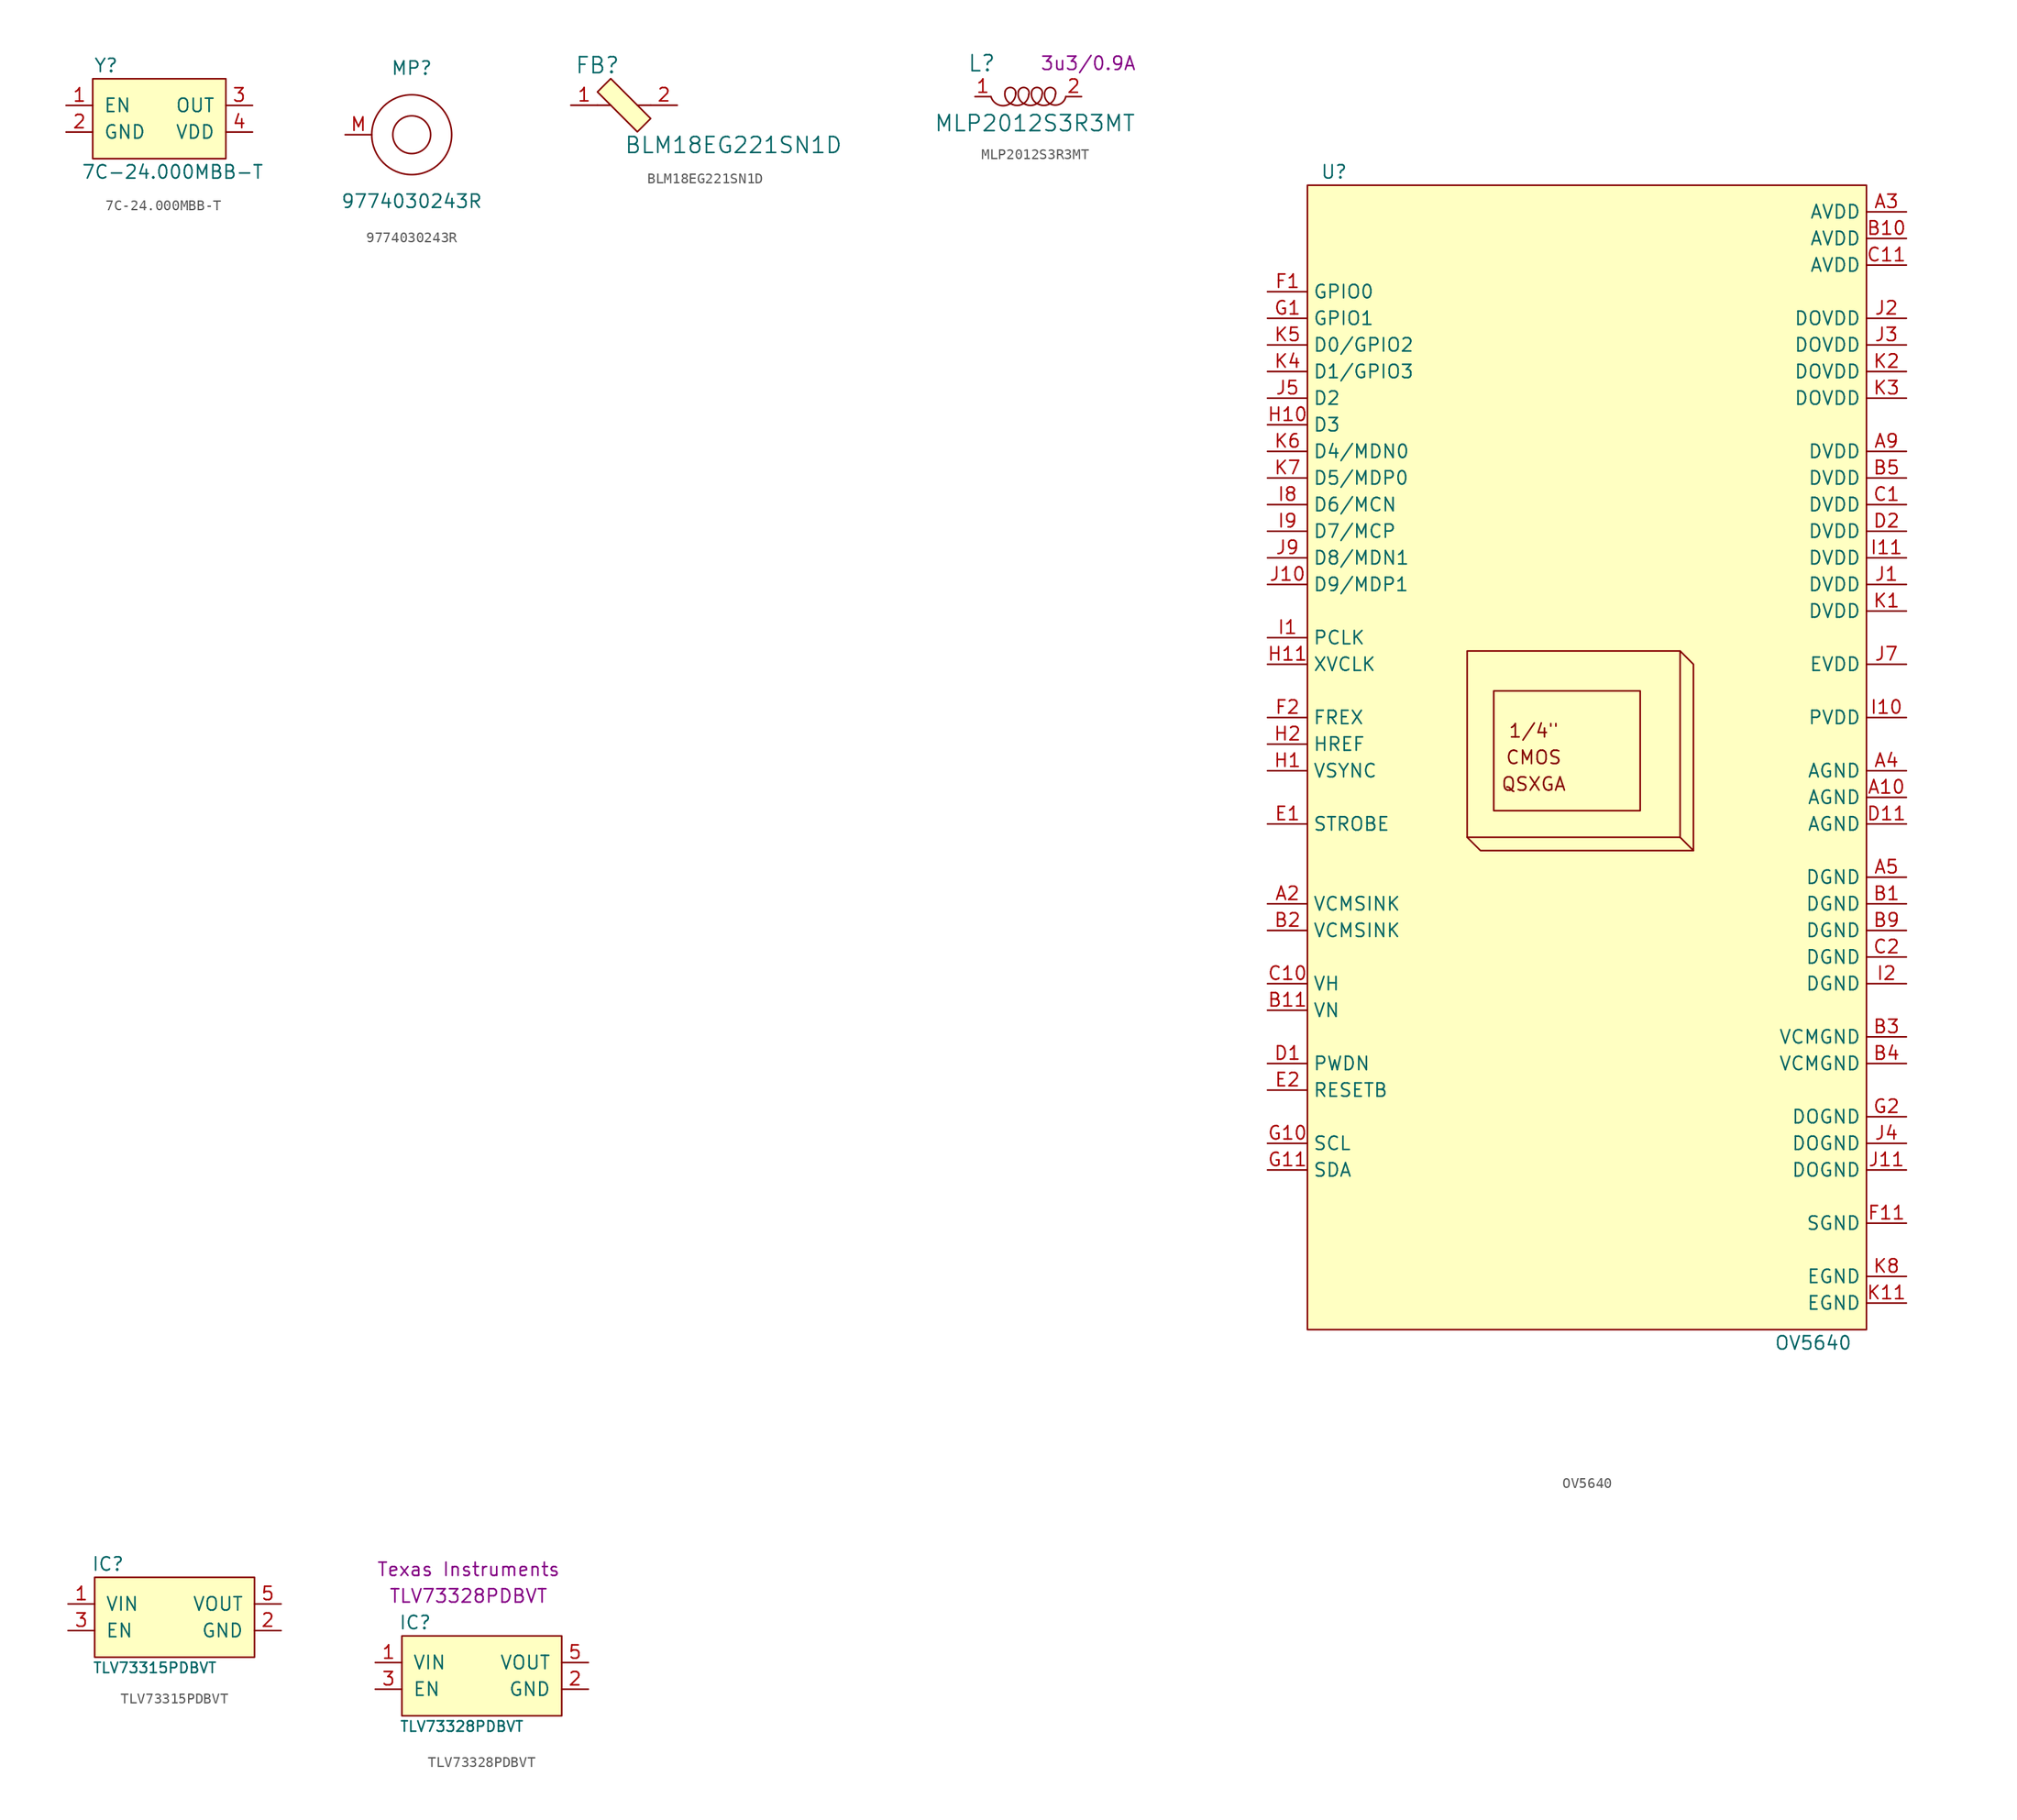
<source format=kicad_sym>
(kicad_symbol_lib
  (version 20211014)
  (generator kicad_symbol_editor)
  (symbol "7C-24.000MBB-T"
    (pin_names
      (offset 1.016))
    (property "Reference" "Y"
      (at -5.08 5.08 0)
      (effects (font (size 1.27 1.27))))
    (property "Value" "7C-24.000MBB-T"
      (at 1.27 -5.08 0)
      (effects (font (size 1.27 1.27))))
    (symbol "7C-24.000MBB-T_0_1"
      (rectangle (start -6.35 3.81) (end 6.35 -3.81) (stroke (width 0) (type default) (color 0 0 0 0)) (fill (type background))))
    (symbol "7C-24.000MBB-T_1_1"
      (pin input line (at -8.89 1.27 0) (length 2.54) (name "EN" (effects (font (size 1.27 1.27)))) (number "1" (effects (font (size 1.27 1.27)))))
      (pin power_in line (at -8.89 -1.27 0) (length 2.54) (name "GND" (effects (font (size 1.27 1.27)))) (number "2" (effects (font (size 1.27 1.27)))))
      (pin output line (at 8.89 1.27 180) (length 2.54) (name "OUT" (effects (font (size 1.27 1.27)))) (number "3" (effects (font (size 1.27 1.27)))))
      (pin power_in line (at 8.89 -1.27 180) (length 2.54) (name "VDD" (effects (font (size 1.27 1.27)))) (number "4" (effects (font (size 1.27 1.27)))))))
  (symbol "9774030243R"
    (pin_names
      (offset 1.016))
    (property "Reference" "MP"
      (at 0 6.35 0)
      (effects (font (size 1.27 1.27))))
    (property "Value" "9774030243R"
      (at 0 -6.35 0)
      (effects (font (size 1.27 1.27))))
    (symbol "9774030243R_0_1"
      (circle (center 0 0) (radius 3.81) (stroke (width 0) (type default) (color 0 0 0 0)) (fill (type none)))
      (circle (center 0 0) (radius 1.803) (stroke (width 0) (type default) (color 0 0 0 0)) (fill (type none))))
    (symbol "9774030243R_1_1"
      (pin passive line (at -6.35 0 0) (length 2.54) (name "" (effects (font (size 1.27 1.27)))) (number "M" (effects (font (size 1.27 1.27)))))))
  (symbol "BLM18EG221SN1D"
    (pin_names
      (offset 1.016))
    (property "Reference" "FB"
      (at -2.54 3.81 0)
      (effects (font (size 1.524 1.524))))
    (property "Value" "BLM18EG221SN1D"
      (at 0 -3.81 0)
      (effects (font (size 1.524 1.524)) (justify left)))
    (symbol "BLM18EG221SN1D_0_1"
      (polyline (pts (xy -1.27 0) (xy -2.54 0)) (stroke (width 0) (type default) (color 0 0 0 0)) (fill (type none)))
      (polyline (pts (xy 1.27 0) (xy 2.54 0)) (stroke (width 0) (type default) (color 0 0 0 0)) (fill (type none)))
      (polyline (pts (xy -1.27 2.54) (xy -2.54 1.27) (xy 1.27 -2.54) (xy 2.54 -1.27) (xy -1.27 2.54)) (stroke (width 0) (type default) (color 0 0 0 0)) (fill (type background))))
    (symbol "BLM18EG221SN1D_1_1"
      (pin passive line (at -5.08 0 0) (length 2.54) (name "~" (effects (font (size 1.27 1.27)))) (number "1" (effects (font (size 1.27 1.27)))))
      (pin passive line (at 5.08 0 180) (length 2.54) (name "~" (effects (font (size 1.27 1.27)))) (number "2" (effects (font (size 1.27 1.27)))))))
  (symbol "MLP2012S3R3MT"
    (pin_names
      (offset 1.016))
    (property "Reference" "L"
      (at -4.445 3.175 0)
      (effects (font (size 1.524 1.524))))
    (property "Value" "MLP2012S3R3MT"
      (at 0.635 -2.54 0)
      (effects (font (size 1.524 1.524))))
    (property "Val" "3u3/0.9A"
      (at 5.715 3.175 0)
      (effects (font (size 1.27 1.27))))
    (symbol "MLP2012S3R3MT_0_1"
      (arc (start -3.556 0) (mid -2.1694 -0.8461) (end -1.1938 0.4318) (stroke (width 0) (type default) (color 0 0 0 0)) (fill (type none)))
      (arc (start -2.2098 0.508) (mid -2.0918 -0.2848) (end -1.4478 -0.762) (stroke (width 0) (type default) (color 0 0 0 0)) (fill (type none)))
      (arc (start -1.4732 -0.762) (mid -0.4347 -0.6489) (end 0.0508 0.254) (stroke (width 0) (type default) (color 0 0 0 0)) (fill (type none)))
      (arc (start -1.1938 0.254) (mid -1.5764 0.8583) (end -2.2098 0.508) (stroke (width 0) (type default) (color 0 0 0 0)) (fill (type none)))
      (arc (start -0.9398 0.508) (mid -0.8218 -0.2848) (end -0.1778 -0.762) (stroke (width 0) (type default) (color 0 0 0 0)) (fill (type none)))
      (arc (start -0.2032 -0.762) (mid 0.8353 -0.6489) (end 1.3208 0.254) (stroke (width 0) (type default) (color 0 0 0 0)) (fill (type none)))
      (arc (start 0.0762 0.254) (mid -0.3064 0.8583) (end -0.9398 0.508) (stroke (width 0) (type default) (color 0 0 0 0)) (fill (type none)))
      (arc (start 0.3302 0.508) (mid 0.4482 -0.2848) (end 1.0922 -0.762) (stroke (width 0) (type default) (color 0 0 0 0)) (fill (type none)))
      (arc (start 1.0668 -0.762) (mid 2.1053 -0.6489) (end 2.5908 0.254) (stroke (width 0) (type default) (color 0 0 0 0)) (fill (type none)))
      (arc (start 1.3462 0.254) (mid 0.9636 0.8583) (end 0.3302 0.508) (stroke (width 0) (type default) (color 0 0 0 0)) (fill (type none)))
      (arc (start 1.5748 0.4318) (mid 2.3727 -0.7843) (end 3.5814 0) (stroke (width 0) (type default) (color 0 0 0 0)) (fill (type none)))
      (arc (start 2.6162 0.254) (mid 2.2336 0.8583) (end 1.6002 0.508) (stroke (width 0) (type default) (color 0 0 0 0)) (fill (type none))))
    (symbol "MLP2012S3R3MT_1_1"
      (pin passive line (at -5.08 0 0) (length 1.499) (name "~" (effects (font (size 1.27 1.27)))) (number "1" (effects (font (size 1.27 1.27)))))
      (pin passive line (at 5.08 0 180) (length 1.499) (name "~" (effects (font (size 1.27 1.27)))) (number "2" (effects (font (size 1.27 1.27)))))))
  (symbol "OV5640"
    (property "Reference" "U"
      (at -24.13 52.07 0)
      (effects (font (size 1.27 1.27))))
    (property "Value" "OV5640"
      (at 21.59 -59.69 0)
      (effects (font (size 1.27 1.27))))
    (symbol "OV5640_0_0"
      (text "1/4\"" (at -5.08 -1.27 0) (effects (font (size 1.27 1.27))))
      (text "CMOS" (at -5.08 -3.81 0) (effects (font (size 1.27 1.27))))
      (text "QSXGA" (at -5.08 -6.35 0) (effects (font (size 1.27 1.27)))))
    (symbol "OV5640_0_1"
      (rectangle (start -26.67 50.8) (end 26.67 -58.42) (stroke (width 0) (type default) (color 0 0 0 0)) (fill (type background)))
      (rectangle (start -11.43 6.35) (end 8.89 -11.43) (stroke (width 0) (type default) (color 0 0 0 0)) (fill (type none)))
      (polyline (pts (xy 10.16 -12.7) (xy -10.16 -12.7) (xy -11.43 -11.43)) (stroke (width 0) (type default) (color 0 0 0 0)) (fill (type none)))
      (polyline (pts (xy 8.89 6.35) (xy 10.16 5.08) (xy 10.16 -12.7) (xy 8.89 -11.43)) (stroke (width 0) (type default) (color 0 0 0 0)) (fill (type none)))
      (polyline (pts (xy -8.89 2.54) (xy -8.89 -8.89) (xy 5.08 -8.89) (xy 5.08 2.54) (xy -8.89 2.54)) (stroke (width 0) (type default) (color 0 0 0 0)) (fill (type none))))
    (symbol "OV5640_1_1"
      (pin power_in line (at 30.48 -7.62 180) (length 3.81) (name "AGND" (effects (font (size 1.27 1.27)))) (number "A10" (effects (font (size 1.27 1.27)))))
      (pin no_connect line (at 26.67 -58.42 180) (length 3.81) hide (name "" (effects (font (size 1.27 1.27)))) (number "A11" (effects (font (size 1.27 1.27)))))
      (pin input line (at -30.48 -17.78 0) (length 3.81) (name "VCMSINK" (effects (font (size 1.27 1.27)))) (number "A2" (effects (font (size 1.27 1.27)))))
      (pin power_in line (at 30.48 48.26 180) (length 3.81) (name "AVDD" (effects (font (size 1.27 1.27)))) (number "A3" (effects (font (size 1.27 1.27)))))
      (pin power_in line (at 30.48 -5.08 180) (length 3.81) (name "AGND" (effects (font (size 1.27 1.27)))) (number "A4" (effects (font (size 1.27 1.27)))))
      (pin power_in line (at 30.48 -15.24 180) (length 3.81) (name "DGND" (effects (font (size 1.27 1.27)))) (number "A5" (effects (font (size 1.27 1.27)))))
      (pin no_connect line (at 26.67 -58.42 180) (length 3.81) hide (name "" (effects (font (size 1.27 1.27)))) (number "A6" (effects (font (size 1.27 1.27)))))
      (pin no_connect line (at 26.67 -58.42 180) (length 3.81) hide (name "" (effects (font (size 1.27 1.27)))) (number "A7" (effects (font (size 1.27 1.27)))))
      (pin no_connect line (at 26.67 -58.42 180) (length 3.81) hide (name "" (effects (font (size 1.27 1.27)))) (number "A8" (effects (font (size 1.27 1.27)))))
      (pin power_in line (at 30.48 25.4 180) (length 3.81) (name "DVDD" (effects (font (size 1.27 1.27)))) (number "A9" (effects (font (size 1.27 1.27)))))
      (pin power_in line (at 30.48 -17.78 180) (length 3.81) (name "DGND" (effects (font (size 1.27 1.27)))) (number "B1" (effects (font (size 1.27 1.27)))))
      (pin power_in line (at 30.48 45.72 180) (length 3.81) (name "AVDD" (effects (font (size 1.27 1.27)))) (number "B10" (effects (font (size 1.27 1.27)))))
      (pin passive line (at -30.48 -27.94 0) (length 3.81) (name "VN" (effects (font (size 1.27 1.27)))) (number "B11" (effects (font (size 1.27 1.27)))))
      (pin input line (at -30.48 -20.32 0) (length 3.81) (name "VCMSINK" (effects (font (size 1.27 1.27)))) (number "B2" (effects (font (size 1.27 1.27)))))
      (pin power_in line (at 30.48 -30.48 180) (length 3.81) (name "VCMGND" (effects (font (size 1.27 1.27)))) (number "B3" (effects (font (size 1.27 1.27)))))
      (pin power_in line (at 30.48 -33.02 180) (length 3.81) (name "VCMGND" (effects (font (size 1.27 1.27)))) (number "B4" (effects (font (size 1.27 1.27)))))
      (pin power_in line (at 30.48 22.86 180) (length 3.81) (name "DVDD" (effects (font (size 1.27 1.27)))) (number "B5" (effects (font (size 1.27 1.27)))))
      (pin no_connect line (at 26.67 -58.42 180) (length 3.81) hide (name "" (effects (font (size 1.27 1.27)))) (number "B6" (effects (font (size 1.27 1.27)))))
      (pin no_connect line (at 26.67 -58.42 180) (length 3.81) hide (name "" (effects (font (size 1.27 1.27)))) (number "B7" (effects (font (size 1.27 1.27)))))
      (pin no_connect line (at 26.67 -58.42 180) (length 3.81) hide (name "" (effects (font (size 1.27 1.27)))) (number "B8" (effects (font (size 1.27 1.27)))))
      (pin power_in line (at 30.48 -20.32 180) (length 3.81) (name "DGND" (effects (font (size 1.27 1.27)))) (number "B9" (effects (font (size 1.27 1.27)))))
      (pin power_in line (at 30.48 20.32 180) (length 3.81) (name "DVDD" (effects (font (size 1.27 1.27)))) (number "C1" (effects (font (size 1.27 1.27)))))
      (pin passive line (at -30.48 -25.4 0) (length 3.81) (name "VH" (effects (font (size 1.27 1.27)))) (number "C10" (effects (font (size 1.27 1.27)))))
      (pin power_in line (at 30.48 43.18 180) (length 3.81) (name "AVDD" (effects (font (size 1.27 1.27)))) (number "C11" (effects (font (size 1.27 1.27)))))
      (pin power_in line (at 30.48 -22.86 180) (length 3.81) (name "DGND" (effects (font (size 1.27 1.27)))) (number "C2" (effects (font (size 1.27 1.27)))))
      (pin no_connect line (at 26.67 -58.42 180) (length 3.81) hide (name "" (effects (font (size 1.27 1.27)))) (number "C3" (effects (font (size 1.27 1.27)))))
      (pin input line (at -30.48 -33.02 0) (length 3.81) (name "PWDN" (effects (font (size 1.27 1.27)))) (number "D1" (effects (font (size 1.27 1.27)))))
      (pin no_connect line (at 26.67 -58.42 180) (length 3.81) hide (name "" (effects (font (size 1.27 1.27)))) (number "D10" (effects (font (size 1.27 1.27)))))
      (pin power_in line (at 30.48 -10.16 180) (length 3.81) (name "AGND" (effects (font (size 1.27 1.27)))) (number "D11" (effects (font (size 1.27 1.27)))))
      (pin power_in line (at 30.48 17.78 180) (length 3.81) (name "DVDD" (effects (font (size 1.27 1.27)))) (number "D2" (effects (font (size 1.27 1.27)))))
      (pin output line (at -30.48 -10.16 0) (length 3.81) (name "STROBE" (effects (font (size 1.27 1.27)))) (number "E1" (effects (font (size 1.27 1.27)))))
      (pin no_connect line (at 26.67 -58.42 180) (length 3.81) hide (name "" (effects (font (size 1.27 1.27)))) (number "E10" (effects (font (size 1.27 1.27)))))
      (pin no_connect line (at 26.67 -58.42 180) (length 3.81) hide (name "" (effects (font (size 1.27 1.27)))) (number "E11" (effects (font (size 1.27 1.27)))))
      (pin input line (at -30.48 -35.56 0) (length 3.81) (name "RESETB" (effects (font (size 1.27 1.27)))) (number "E2" (effects (font (size 1.27 1.27)))))
      (pin bidirectional line (at -30.48 40.64 0) (length 3.81) (name "GPIO0" (effects (font (size 1.27 1.27)))) (number "F1" (effects (font (size 1.27 1.27)))))
      (pin no_connect line (at 26.67 -58.42 180) (length 3.81) hide (name "" (effects (font (size 1.27 1.27)))) (number "F10" (effects (font (size 1.27 1.27)))))
      (pin power_in line (at 30.48 -48.26 180) (length 3.81) (name "SGND" (effects (font (size 1.27 1.27)))) (number "F11" (effects (font (size 1.27 1.27)))))
      (pin output line (at -30.48 0 0) (length 3.81) (name "FREX" (effects (font (size 1.27 1.27)))) (number "F2" (effects (font (size 1.27 1.27)))))
      (pin bidirectional line (at -30.48 38.1 0) (length 3.81) (name "GPIO1" (effects (font (size 1.27 1.27)))) (number "G1" (effects (font (size 1.27 1.27)))))
      (pin input line (at -30.48 -40.64 0) (length 3.81) (name "SCL" (effects (font (size 1.27 1.27)))) (number "G10" (effects (font (size 1.27 1.27)))))
      (pin bidirectional line (at -30.48 -43.18 0) (length 3.81) (name "SDA" (effects (font (size 1.27 1.27)))) (number "G11" (effects (font (size 1.27 1.27)))))
      (pin power_in line (at 30.48 -38.1 180) (length 3.81) (name "DOGND" (effects (font (size 1.27 1.27)))) (number "G2" (effects (font (size 1.27 1.27)))))
      (pin output line (at -30.48 -5.08 0) (length 3.81) (name "VSYNC" (effects (font (size 1.27 1.27)))) (number "H1" (effects (font (size 1.27 1.27)))))
      (pin output line (at -30.48 27.94 0) (length 3.81) (name "D3" (effects (font (size 1.27 1.27)))) (number "H10" (effects (font (size 1.27 1.27)))))
      (pin input line (at -30.48 5.08 0) (length 3.81) (name "XVCLK" (effects (font (size 1.27 1.27)))) (number "H11" (effects (font (size 1.27 1.27)))))
      (pin output line (at -30.48 -2.54 0) (length 3.81) (name "HREF" (effects (font (size 1.27 1.27)))) (number "H2" (effects (font (size 1.27 1.27)))))
      (pin output line (at -30.48 7.62 0) (length 3.81) (name "PCLK" (effects (font (size 1.27 1.27)))) (number "I1" (effects (font (size 1.27 1.27)))))
      (pin input line (at 30.48 0 180) (length 3.81) (name "PVDD" (effects (font (size 1.27 1.27)))) (number "I10" (effects (font (size 1.27 1.27)))))
      (pin power_in line (at 30.48 15.24 180) (length 3.81) (name "DVDD" (effects (font (size 1.27 1.27)))) (number "I11" (effects (font (size 1.27 1.27)))))
      (pin power_in line (at 30.48 -25.4 180) (length 3.81) (name "DGND" (effects (font (size 1.27 1.27)))) (number "I2" (effects (font (size 1.27 1.27)))))
      (pin bidirectional line (at -30.48 20.32 0) (length 3.81) (name "D6/MCN" (effects (font (size 1.27 1.27)))) (number "I8" (effects (font (size 1.27 1.27)))))
      (pin bidirectional line (at -30.48 17.78 0) (length 3.81) (name "D7/MCP" (effects (font (size 1.27 1.27)))) (number "I9" (effects (font (size 1.27 1.27)))))
      (pin power_in line (at 30.48 12.7 180) (length 3.81) (name "DVDD" (effects (font (size 1.27 1.27)))) (number "J1" (effects (font (size 1.27 1.27)))))
      (pin output line (at -30.48 12.7 0) (length 3.81) (name "D9/MDP1" (effects (font (size 1.27 1.27)))) (number "J10" (effects (font (size 1.27 1.27)))))
      (pin power_in line (at 30.48 -43.18 180) (length 3.81) (name "DOGND" (effects (font (size 1.27 1.27)))) (number "J11" (effects (font (size 1.27 1.27)))))
      (pin power_in line (at 30.48 38.1 180) (length 3.81) (name "DOVDD" (effects (font (size 1.27 1.27)))) (number "J2" (effects (font (size 1.27 1.27)))))
      (pin power_in line (at 30.48 35.56 180) (length 3.81) (name "DOVDD" (effects (font (size 1.27 1.27)))) (number "J3" (effects (font (size 1.27 1.27)))))
      (pin power_in line (at 30.48 -40.64 180) (length 3.81) (name "DOGND" (effects (font (size 1.27 1.27)))) (number "J4" (effects (font (size 1.27 1.27)))))
      (pin output line (at -30.48 30.48 0) (length 3.81) (name "D2" (effects (font (size 1.27 1.27)))) (number "J5" (effects (font (size 1.27 1.27)))))
      (pin no_connect line (at 26.67 -58.42 180) (length 3.81) hide (name "" (effects (font (size 1.27 1.27)))) (number "J6" (effects (font (size 1.27 1.27)))))
      (pin input line (at 30.48 5.08 180) (length 3.81) (name "EVDD" (effects (font (size 1.27 1.27)))) (number "J7" (effects (font (size 1.27 1.27)))))
      (pin output line (at -30.48 15.24 0) (length 3.81) (name "D8/MDN1" (effects (font (size 1.27 1.27)))) (number "J9" (effects (font (size 1.27 1.27)))))
      (pin power_in line (at 30.48 10.16 180) (length 3.81) (name "DVDD" (effects (font (size 1.27 1.27)))) (number "K1" (effects (font (size 1.27 1.27)))))
      (pin power_in line (at 30.48 -55.88 180) (length 3.81) (name "EGND" (effects (font (size 1.27 1.27)))) (number "K11" (effects (font (size 1.27 1.27)))))
      (pin power_in line (at 30.48 33.02 180) (length 3.81) (name "DOVDD" (effects (font (size 1.27 1.27)))) (number "K2" (effects (font (size 1.27 1.27)))))
      (pin power_in line (at 30.48 30.48 180) (length 3.81) (name "DOVDD" (effects (font (size 1.27 1.27)))) (number "K3" (effects (font (size 1.27 1.27)))))
      (pin bidirectional line (at -30.48 33.02 0) (length 3.81) (name "D1/GPIO3" (effects (font (size 1.27 1.27)))) (number "K4" (effects (font (size 1.27 1.27)))))
      (pin bidirectional line (at -30.48 35.56 0) (length 3.81) (name "D0/GPIO2" (effects (font (size 1.27 1.27)))) (number "K5" (effects (font (size 1.27 1.27)))))
      (pin output line (at -30.48 25.4 0) (length 3.81) (name "D4/MDN0" (effects (font (size 1.27 1.27)))) (number "K6" (effects (font (size 1.27 1.27)))))
      (pin output line (at -30.48 22.86 0) (length 3.81) (name "D5/MDP0" (effects (font (size 1.27 1.27)))) (number "K7" (effects (font (size 1.27 1.27)))))
      (pin power_in line (at 30.48 -53.34 180) (length 3.81) (name "EGND" (effects (font (size 1.27 1.27)))) (number "K8" (effects (font (size 1.27 1.27)))))))
  (symbol "TLV73315PDBVT"
    (pin_names
      (offset 1.016))
    (property "Reference" "IC"
      (at -6.35 5.08 0)
      (effects (font (size 1.27 1.27))))
    (property "Value" "TLV73315PDBVT"
      (at -1.88 -4.826 0)
      (effects (font (size 0.991 0.991))))
    (symbol "TLV73315PDBVT_0_1"
      (rectangle (start -7.62 3.81) (end 7.62 -3.81) (stroke (width 0) (type default) (color 0 0 0 0)) (fill (type background))))
    (symbol "TLV73315PDBVT_1_1"
      (pin passive line (at -10.16 1.27 0) (length 2.54) (name "VIN" (effects (font (size 1.27 1.27)))) (number "1" (effects (font (size 1.27 1.27)))))
      (pin passive line (at 10.16 -1.27 180) (length 2.54) (name "GND" (effects (font (size 1.27 1.27)))) (number "2" (effects (font (size 1.27 1.27)))))
      (pin passive line (at -10.16 -1.27 0) (length 2.54) (name "EN" (effects (font (size 1.27 1.27)))) (number "3" (effects (font (size 1.27 1.27)))))
      (pin passive line (at 10.16 1.27 180) (length 2.54) (name "VOUT" (effects (font (size 1.27 1.27)))) (number "5" (effects (font (size 1.27 1.27)))))))
  (symbol "TLV73328PDBVT"
    (pin_names
      (offset 1.016))
    (property "Reference" "IC"
      (at -6.35 5.08 0)
      (effects (font (size 1.27 1.27))))
    (property "Value" "TLV73328PDBVT"
      (at -1.905 -4.826 0)
      (effects (font (size 0.991 0.991))))
    (property "MPN" "TLV73328PDBVT"
      (at -1.27 7.62 0)
      (effects (font (size 1.27 1.27))))
    (property "Manufacturer" "Texas Instruments"
      (at -1.27 10.16 0)
      (effects (font (size 1.27 1.27))))
    (symbol "TLV73328PDBVT_1_1"
      (rectangle (start -7.62 3.81) (end 7.62 -3.81) (stroke (width 0) (type default) (color 0 0 0 0)) (fill (type background)))
      (pin passive line (at -10.16 1.27 0) (length 2.54) (name "VIN" (effects (font (size 1.27 1.27)))) (number "1" (effects (font (size 1.27 1.27)))))
      (pin passive line (at 10.16 -1.27 180) (length 2.54) (name "GND" (effects (font (size 1.27 1.27)))) (number "2" (effects (font (size 1.27 1.27)))))
      (pin passive line (at -10.16 -1.27 0) (length 2.54) (name "EN" (effects (font (size 1.27 1.27)))) (number "3" (effects (font (size 1.27 1.27)))))
      (pin passive line (at 10.16 1.27 180) (length 2.54) (name "VOUT" (effects (font (size 1.27 1.27)))) (number "5" (effects (font (size 1.27 1.27))))))))
</source>
